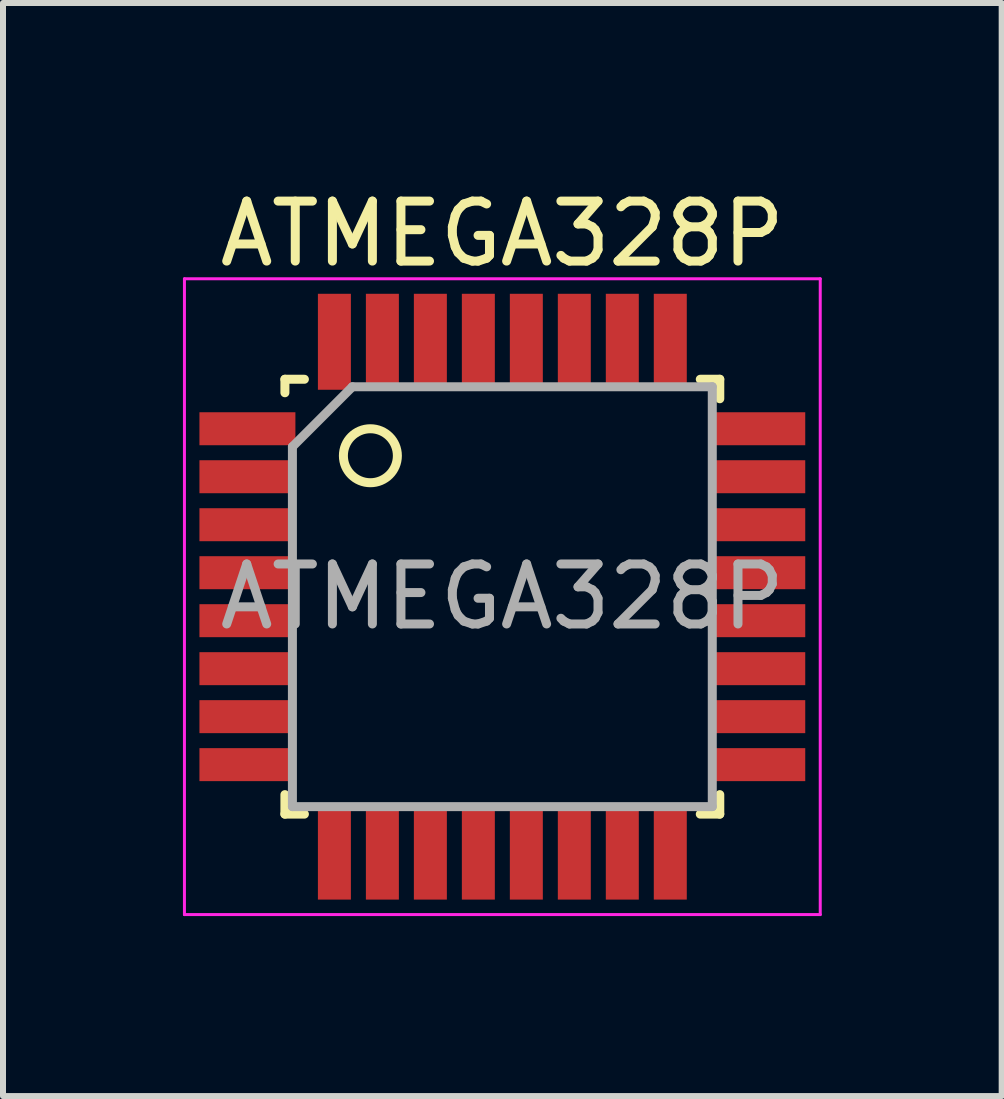
<source format=kicad_pcb>
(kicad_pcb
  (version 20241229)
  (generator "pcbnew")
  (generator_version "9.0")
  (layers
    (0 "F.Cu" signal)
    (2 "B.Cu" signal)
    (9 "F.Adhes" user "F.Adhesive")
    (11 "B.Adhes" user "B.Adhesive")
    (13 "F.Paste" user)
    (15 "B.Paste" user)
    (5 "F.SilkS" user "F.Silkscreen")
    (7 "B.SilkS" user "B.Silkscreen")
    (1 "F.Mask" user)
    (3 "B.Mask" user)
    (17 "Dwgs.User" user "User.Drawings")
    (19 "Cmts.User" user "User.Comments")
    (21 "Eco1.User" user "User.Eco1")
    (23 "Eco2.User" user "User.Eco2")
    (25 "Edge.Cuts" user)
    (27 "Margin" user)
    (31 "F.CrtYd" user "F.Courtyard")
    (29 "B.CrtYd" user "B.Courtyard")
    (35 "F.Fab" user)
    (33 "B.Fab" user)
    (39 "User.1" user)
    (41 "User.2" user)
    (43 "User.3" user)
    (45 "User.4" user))
  (footprint "ATMEGA328P"
    (layer "F.Cu")
    (at 5.325 6.898)
    (property "Reference" "ATMEGA328P" (at 0 -6.05 0) (layer "F.SilkS") (effects (font (size 1 1) (thickness 0.15))))
    (attr smd)
    (fp_line (start -3.625 -3.625) (end -3.625 -3.4) (stroke (width 0.15) (type solid)) (layer "F.SilkS"))
    (fp_line (start -3.625 -3.625) (end -3.3 -3.625) (stroke (width 0.15) (type solid)) (layer "F.SilkS"))
    (fp_line (start -3.625 3.625) (end -3.625 3.3) (stroke (width 0.15) (type solid)) (layer "F.SilkS"))
    (fp_line (start -3.625 3.625) (end -3.3 3.625) (stroke (width 0.15) (type solid)) (layer "F.SilkS"))
    (fp_line (start 3.625 -3.625) (end 3.3 -3.625) (stroke (width 0.15) (type solid)) (layer "F.SilkS"))
    (fp_line (start 3.625 -3.625) (end 3.625 -3.3) (stroke (width 0.15) (type solid)) (layer "F.SilkS"))
    (fp_line (start 3.625 3.625) (end 3.3 3.625) (stroke (width 0.15) (type solid)) (layer "F.SilkS"))
    (fp_line (start 3.625 3.625) (end 3.625 3.3) (stroke (width 0.15) (type solid)) (layer "F.SilkS"))
    (fp_circle (center -2.2 -2.35) (end -1.75 -2.35) (stroke (width 0.15) (type solid)) (fill no) (layer "F.SilkS"))
    (fp_line (start -5.3 -5.3) (end -5.3 5.3) (stroke (width 0.05) (type solid)) (layer "F.CrtYd"))
    (fp_line (start -5.3 -5.3) (end 5.3 -5.3) (stroke (width 0.05) (type solid)) (layer "F.CrtYd"))
    (fp_line (start -5.3 5.3) (end 5.3 5.3) (stroke (width 0.05) (type solid)) (layer "F.CrtYd"))
    (fp_line (start 5.3 -5.3) (end 5.3 5.3) (stroke (width 0.05) (type solid)) (layer "F.CrtYd"))
    (fp_line (start -3.5 -2.5) (end -2.5 -3.5) (stroke (width 0.15) (type solid)) (layer "F.Fab"))
    (fp_line (start -3.5 3.5) (end -3.5 -2.5) (stroke (width 0.15) (type solid)) (layer "F.Fab"))
    (fp_line (start -2.5 -3.5) (end 3.5 -3.5) (stroke (width 0.15) (type solid)) (layer "F.Fab"))
    (fp_line (start 3.5 -3.5) (end 3.5 3.5) (stroke (width 0.15) (type solid)) (layer "F.Fab"))
    (fp_line (start 3.5 3.5) (end -3.5 3.5) (stroke (width 0.15) (type solid)) (layer "F.Fab"))
    (fp_text user "${REFERENCE}" (at 0 0 0) (layer "F.Fab") (effects (font (size 1 1) (thickness 0.15))))
    (pad "1" smd rect (at -4.25 -2.8) (size 1.6 0.55) (layers "F.Cu" "F.Mask" "F.Paste"))
    (pad "2" smd rect (at -4.25 -2) (size 1.6 0.55) (layers "F.Cu" "F.Mask" "F.Paste"))
    (pad "3" smd rect (at -4.25 -1.2) (size 1.6 0.55) (layers "F.Cu" "F.Mask" "F.Paste"))
    (pad "4" smd rect (at -4.25 -0.4) (size 1.6 0.55) (layers "F.Cu" "F.Mask" "F.Paste"))
    (pad "5" smd rect (at -4.25 0.4) (size 1.6 0.55) (layers "F.Cu" "F.Mask" "F.Paste"))
    (pad "6" smd rect (at -4.25 1.2) (size 1.6 0.55) (layers "F.Cu" "F.Mask" "F.Paste"))
    (pad "7" smd rect (at -4.25 2) (size 1.6 0.55) (layers "F.Cu" "F.Mask" "F.Paste"))
    (pad "8" smd rect (at -4.25 2.8) (size 1.6 0.55) (layers "F.Cu" "F.Mask" "F.Paste"))
    (pad "9" smd rect (at -2.8 4.25 90) (size 1.6 0.55) (layers "F.Cu" "F.Mask" "F.Paste"))
    (pad "10" smd rect (at -2 4.25 90) (size 1.6 0.55) (layers "F.Cu" "F.Mask" "F.Paste"))
    (pad "11" smd rect (at -1.2 4.25 90) (size 1.6 0.55) (layers "F.Cu" "F.Mask" "F.Paste"))
    (pad "12" smd rect (at -0.4 4.25 90) (size 1.6 0.55) (layers "F.Cu" "F.Mask" "F.Paste"))
    (pad "13" smd rect (at 0.4 4.25 90) (size 1.6 0.55) (layers "F.Cu" "F.Mask" "F.Paste"))
    (pad "14" smd rect (at 1.2 4.25 90) (size 1.6 0.55) (layers "F.Cu" "F.Mask" "F.Paste"))
    (pad "15" smd rect (at 2 4.25 90) (size 1.6 0.55) (layers "F.Cu" "F.Mask" "F.Paste"))
    (pad "16" smd rect (at 2.8 4.25 90) (size 1.6 0.55) (layers "F.Cu" "F.Mask" "F.Paste"))
    (pad "17" smd rect (at 4.25 2.8) (size 1.6 0.55) (layers "F.Cu" "F.Mask" "F.Paste"))
    (pad "18" smd rect (at 4.25 2) (size 1.6 0.55) (layers "F.Cu" "F.Mask" "F.Paste"))
    (pad "19" smd rect (at 4.25 1.2) (size 1.6 0.55) (layers "F.Cu" "F.Mask" "F.Paste"))
    (pad "20" smd rect (at 4.25 0.4) (size 1.6 0.55) (layers "F.Cu" "F.Mask" "F.Paste"))
    (pad "21" smd rect (at 4.25 -0.4) (size 1.6 0.55) (layers "F.Cu" "F.Mask" "F.Paste"))
    (pad "22" smd rect (at 4.25 -1.2) (size 1.6 0.55) (layers "F.Cu" "F.Mask" "F.Paste"))
    (pad "23" smd rect (at 4.25 -2) (size 1.6 0.55) (layers "F.Cu" "F.Mask" "F.Paste"))
    (pad "24" smd rect (at 4.25 -2.8) (size 1.6 0.55) (layers "F.Cu" "F.Mask" "F.Paste"))
    (pad "25" smd rect (at 2.8 -4.25 90) (size 1.6 0.55) (layers "F.Cu" "F.Mask" "F.Paste"))
    (pad "26" smd rect (at 2 -4.25 90) (size 1.6 0.55) (layers "F.Cu" "F.Mask" "F.Paste"))
    (pad "27" smd rect (at 1.2 -4.25 90) (size 1.6 0.55) (layers "F.Cu" "F.Mask" "F.Paste"))
    (pad "28" smd rect (at 0.4 -4.25 90) (size 1.6 0.55) (layers "F.Cu" "F.Mask" "F.Paste"))
    (pad "29" smd rect (at -0.4 -4.25 90) (size 1.6 0.55) (layers "F.Cu" "F.Mask" "F.Paste"))
    (pad "30" smd rect (at -1.2 -4.25 90) (size 1.6 0.55) (layers "F.Cu" "F.Mask" "F.Paste"))
    (pad "31" smd rect (at -2 -4.25 90) (size 1.6 0.55) (layers "F.Cu" "F.Mask" "F.Paste"))
    (pad "32" smd rect (at -2.8 -4.25 90) (size 1.6 0.55) (layers "F.Cu" "F.Mask" "F.Paste")))
  (gr_rect
    (start -3 -3)
    (end 13.65 15.223)
    (stroke (width 0.1) (type default))
    (fill no)
    (layer "Edge.Cuts")))
</source>
